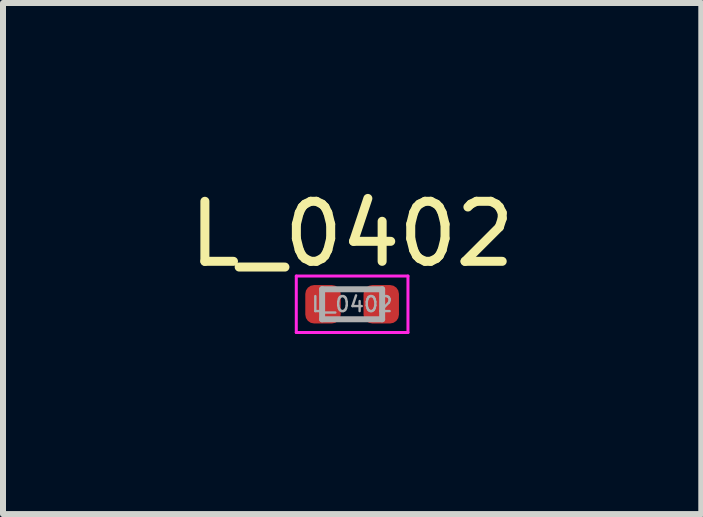
<source format=kicad_pcb>
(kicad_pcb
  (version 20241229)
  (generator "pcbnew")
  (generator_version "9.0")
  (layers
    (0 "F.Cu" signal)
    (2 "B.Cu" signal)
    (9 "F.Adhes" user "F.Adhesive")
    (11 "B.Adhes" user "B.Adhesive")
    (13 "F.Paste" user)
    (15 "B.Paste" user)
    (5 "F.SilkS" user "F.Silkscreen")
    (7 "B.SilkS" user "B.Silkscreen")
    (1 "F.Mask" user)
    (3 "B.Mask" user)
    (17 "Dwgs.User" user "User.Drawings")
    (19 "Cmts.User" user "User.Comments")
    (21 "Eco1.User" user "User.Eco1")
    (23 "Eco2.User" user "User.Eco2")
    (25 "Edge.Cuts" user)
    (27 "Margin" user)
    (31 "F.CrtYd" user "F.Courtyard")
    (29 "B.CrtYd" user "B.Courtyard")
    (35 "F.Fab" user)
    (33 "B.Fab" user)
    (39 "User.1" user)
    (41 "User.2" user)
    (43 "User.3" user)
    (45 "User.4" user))
  (footprint "L_0402"
    (layer "F.Cu")
    (at 2.815 2.018)
    (property "Reference" "L_0402" (at 0 -1.17 0) (layer "F.SilkS") (effects (font (size 1 1) (thickness 0.15))))
    (attr smd)
    (fp_line (start -0.93 -0.47) (end 0.93 -0.47) (stroke (width 0.05) (type solid)) (layer "F.CrtYd"))
    (fp_line (start -0.93 0.47) (end -0.93 -0.47) (stroke (width 0.05) (type solid)) (layer "F.CrtYd"))
    (fp_line (start 0.93 -0.47) (end 0.93 0.47) (stroke (width 0.05) (type solid)) (layer "F.CrtYd"))
    (fp_line (start 0.93 0.47) (end -0.93 0.47) (stroke (width 0.05) (type solid)) (layer "F.CrtYd"))
    (fp_line (start -0.5 -0.25) (end 0.5 -0.25) (stroke (width 0.1) (type solid)) (layer "F.Fab"))
    (fp_line (start -0.5 0.25) (end -0.5 -0.25) (stroke (width 0.1) (type solid)) (layer "F.Fab"))
    (fp_line (start 0.5 -0.25) (end 0.5 0.25) (stroke (width 0.1) (type solid)) (layer "F.Fab"))
    (fp_line (start 0.5 0.25) (end -0.5 0.25) (stroke (width 0.1) (type solid)) (layer "F.Fab"))
    (fp_text user "${REFERENCE}" (at 0 0 0) (layer "F.Fab") (effects (font (size 0.25 0.25) (thickness 0.04))))
    (pad "1" smd roundrect (at -0.485 0) (size 0.59 0.64) (layers "F.Cu" "F.Mask" "F.Paste") (roundrect_rratio 0.25))
    (pad "2" smd roundrect (at 0.485 0) (size 0.59 0.64) (layers "F.Cu" "F.Mask" "F.Paste") (roundrect_rratio 0.25)))
  (gr_rect
    (start -3 -3)
    (end 8.631 5.513)
    (stroke (width 0.1) (type default))
    (fill no)
    (layer "Edge.Cuts")))
</source>
